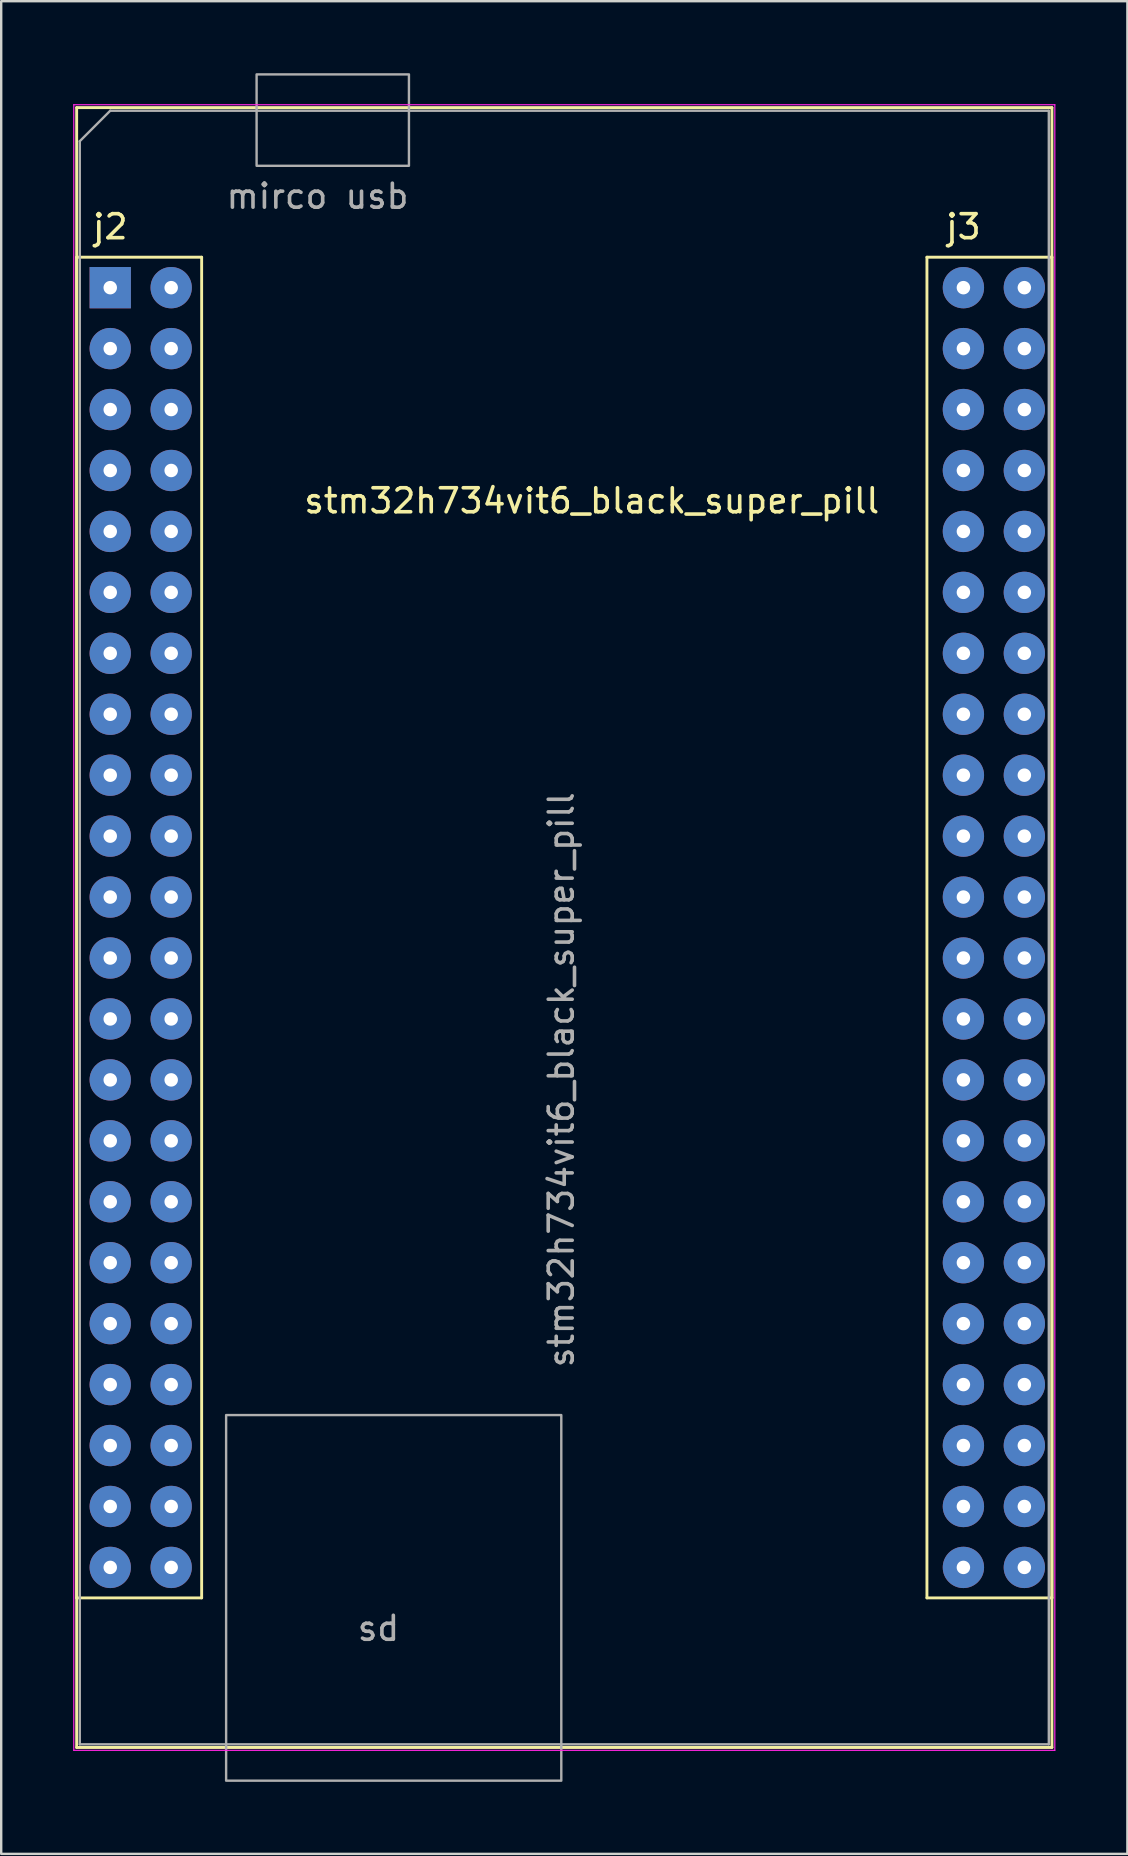
<source format=kicad_pcb>
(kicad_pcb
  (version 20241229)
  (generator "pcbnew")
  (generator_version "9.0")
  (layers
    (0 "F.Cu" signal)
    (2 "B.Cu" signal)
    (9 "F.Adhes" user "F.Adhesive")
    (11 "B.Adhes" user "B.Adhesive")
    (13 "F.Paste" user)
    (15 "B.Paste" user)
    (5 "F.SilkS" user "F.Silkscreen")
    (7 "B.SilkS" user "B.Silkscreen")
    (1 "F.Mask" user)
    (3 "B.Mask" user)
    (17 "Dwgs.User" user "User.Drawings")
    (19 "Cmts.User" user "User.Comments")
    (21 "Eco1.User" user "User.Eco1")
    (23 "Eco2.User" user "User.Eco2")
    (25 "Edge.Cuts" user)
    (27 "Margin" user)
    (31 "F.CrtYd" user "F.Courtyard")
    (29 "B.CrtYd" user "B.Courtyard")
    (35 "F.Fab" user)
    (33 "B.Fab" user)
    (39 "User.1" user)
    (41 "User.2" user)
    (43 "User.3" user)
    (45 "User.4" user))
  (footprint "stm32h734vit6_black_super_pill"
    (layer "F.Cu")
    (at 1.545 8.94)
    (property "Reference" "stm32h734vit6_black_super_pill" (at 20.07 8.885 0) (layer "F.SilkS") (effects (font (size 1 1) (thickness 0.15))))
    (attr through_hole)
    (fp_line (start -1.4 -7.505) (end -1.4 60.845) (stroke (width 0.12) (type solid)) (layer "F.SilkS"))
    (fp_line (start -1.4 -1.27) (end -1.4 54.61) (stroke (width 0.12) (type solid)) (layer "F.SilkS"))
    (fp_line (start -1.4 -1.27) (end 3.81 -1.27) (stroke (width 0.12) (type solid)) (layer "F.SilkS"))
    (fp_line (start 3.81 54.61) (end -1.4 54.61) (stroke (width 0.12) (type solid)) (layer "F.SilkS"))
    (fp_line (start 3.81 54.61) (end 3.81 -1.27) (stroke (width 0.12) (type solid)) (layer "F.SilkS"))
    (fp_line (start 34.04 -1.27) (end 34.04 54.61) (stroke (width 0.12) (type solid)) (layer "F.SilkS"))
    (fp_line (start 34.04 -1.27) (end 39.25 -1.27) (stroke (width 0.12) (type solid)) (layer "F.SilkS"))
    (fp_line (start 39.25 -7.505) (end -1.4 -7.505) (stroke (width 0.12) (type solid)) (layer "F.SilkS"))
    (fp_line (start 39.25 54.61) (end 34.04 54.61) (stroke (width 0.12) (type solid)) (layer "F.SilkS"))
    (fp_line (start 39.25 54.61) (end 39.25 -1.27) (stroke (width 0.12) (type solid)) (layer "F.SilkS"))
    (fp_line (start 39.25 60.845) (end -1.4 60.845) (stroke (width 0.12) (type solid)) (layer "F.SilkS"))
    (fp_line (start 39.25 60.845) (end 39.25 -7.505) (stroke (width 0.12) (type solid)) (layer "F.SilkS"))
    (fp_line (start -1.52 -7.625) (end -1.52 60.965) (stroke (width 0.05) (type solid)) (layer "F.CrtYd"))
    (fp_line (start -1.52 -7.625) (end 39.37 -7.625) (stroke (width 0.05) (type solid)) (layer "F.CrtYd"))
    (fp_line (start 39.37 60.965) (end -1.52 60.965) (stroke (width 0.05) (type solid)) (layer "F.CrtYd"))
    (fp_line (start 39.37 60.965) (end 39.37 -7.625) (stroke (width 0.05) (type solid)) (layer "F.CrtYd"))
    (fp_line (start -1.27 -6.105) (end 0 -7.375) (stroke (width 0.1) (type solid)) (layer "F.Fab"))
    (fp_line (start -1.27 60.715) (end -1.27 -6.105) (stroke (width 0.1) (type solid)) (layer "F.Fab"))
    (fp_line (start -1.27 60.715) (end 39.12 60.715) (stroke (width 0.1) (type solid)) (layer "F.Fab"))
    (fp_line (start 0 -7.375) (end 39.12 -7.375) (stroke (width 0.1) (type solid)) (layer "F.Fab"))
    (fp_line (start 39.12 -7.375) (end 39.12 60.715) (stroke (width 0.1) (type solid)) (layer "F.Fab"))
    (fp_rect (start 4.83 46.99) (end 18.8 62.23) (stroke (width 0.1) (type solid)) (fill no) (layer "F.Fab"))
    (fp_rect (start 6.1 -5.08) (end 12.45 -8.89) (stroke (width 0.1) (type solid)) (fill no) (layer "F.Fab"))
    (fp_text user "j2" (at 0 -2.54 0) (unlocked yes) (layer "F.SilkS") (effects (font (size 1 1) (thickness 0.15))))
    (fp_text user "j3" (at 35.56 -2.54 0) (unlocked yes) (layer "F.SilkS") (effects (font (size 1 1) (thickness 0.15))))
    (fp_text user "sd" (at 11.18 55.88 0) (unlocked yes) (layer "F.Fab") (effects (font (size 1 1) (thickness 0.15))))
    (fp_text user "${REFERENCE}" (at 18.8 33.015 90) (layer "F.Fab") (effects (font (size 1 1) (thickness 0.15))))
    (fp_text user "mirco usb" (at 8.64 -3.81 0) (unlocked yes) (layer "F.Fab") (effects (font (size 1 1) (thickness 0.15))))
    (pad "1" thru_hole rect (at 0 0) (size 1.722 1.722) (drill 0.562) (layers "*.Cu" "*.Mask"))
    (pad "2" thru_hole circle (at 2.54 0) (size 1.722 1.722) (drill 0.562) (layers "*.Cu" "*.Mask"))
    (pad "3" thru_hole circle (at 0 2.54) (size 1.722 1.722) (drill 0.562) (layers "*.Cu" "*.Mask"))
    (pad "4" thru_hole circle (at 2.54 2.54) (size 1.722 1.722) (drill 0.562) (layers "*.Cu" "*.Mask"))
    (pad "5" thru_hole circle (at 0 5.08) (size 1.722 1.722) (drill 0.562) (layers "*.Cu" "*.Mask"))
    (pad "6" thru_hole circle (at 2.54 5.08) (size 1.722 1.722) (drill 0.562) (layers "*.Cu" "*.Mask"))
    (pad "7" thru_hole circle (at 0 7.62) (size 1.722 1.722) (drill 0.562) (layers "*.Cu" "*.Mask"))
    (pad "8" thru_hole circle (at 2.54 7.62) (size 1.722 1.722) (drill 0.562) (layers "*.Cu" "*.Mask"))
    (pad "9" thru_hole circle (at 0 10.16) (size 1.722 1.722) (drill 0.562) (layers "*.Cu" "*.Mask"))
    (pad "10" thru_hole circle (at 2.54 10.16) (size 1.722 1.722) (drill 0.562) (layers "*.Cu" "*.Mask"))
    (pad "11" thru_hole circle (at 0 12.7) (size 1.722 1.722) (drill 0.562) (layers "*.Cu" "*.Mask"))
    (pad "12" thru_hole circle (at 2.54 12.7) (size 1.722 1.722) (drill 0.562) (layers "*.Cu" "*.Mask"))
    (pad "13" thru_hole circle (at 0 15.24) (size 1.722 1.722) (drill 0.562) (layers "*.Cu" "*.Mask"))
    (pad "14" thru_hole circle (at 2.54 15.24) (size 1.722 1.722) (drill 0.562) (layers "*.Cu" "*.Mask"))
    (pad "15" thru_hole circle (at 0 17.78) (size 1.722 1.722) (drill 0.562) (layers "*.Cu" "*.Mask"))
    (pad "16" thru_hole circle (at 2.54 17.78) (size 1.722 1.722) (drill 0.562) (layers "*.Cu" "*.Mask"))
    (pad "17" thru_hole circle (at 0 20.32) (size 1.722 1.722) (drill 0.562) (layers "*.Cu" "*.Mask"))
    (pad "18" thru_hole circle (at 2.54 20.32) (size 1.722 1.722) (drill 0.562) (layers "*.Cu" "*.Mask"))
    (pad "19" thru_hole circle (at 0 22.86) (size 1.722 1.722) (drill 0.562) (layers "*.Cu" "*.Mask"))
    (pad "20" thru_hole circle (at 2.54 22.86) (size 1.722 1.722) (drill 0.562) (layers "*.Cu" "*.Mask"))
    (pad "21" thru_hole circle (at 0 25.4) (size 1.722 1.722) (drill 0.562) (layers "*.Cu" "*.Mask"))
    (pad "22" thru_hole circle (at 2.54 25.4) (size 1.722 1.722) (drill 0.562) (layers "*.Cu" "*.Mask"))
    (pad "23" thru_hole circle (at 0 27.94) (size 1.722 1.722) (drill 0.562) (layers "*.Cu" "*.Mask"))
    (pad "24" thru_hole circle (at 2.54 27.94) (size 1.722 1.722) (drill 0.562) (layers "*.Cu" "*.Mask"))
    (pad "25" thru_hole circle (at 0 30.48) (size 1.722 1.722) (drill 0.562) (layers "*.Cu" "*.Mask"))
    (pad "26" thru_hole circle (at 2.54 30.48) (size 1.722 1.722) (drill 0.562) (layers "*.Cu" "*.Mask"))
    (pad "27" thru_hole circle (at 0 33.02) (size 1.722 1.722) (drill 0.562) (layers "*.Cu" "*.Mask"))
    (pad "28" thru_hole circle (at 2.54 33.02) (size 1.722 1.722) (drill 0.562) (layers "*.Cu" "*.Mask"))
    (pad "29" thru_hole circle (at 0 35.56) (size 1.722 1.722) (drill 0.562) (layers "*.Cu" "*.Mask"))
    (pad "30" thru_hole circle (at 2.54 35.56) (size 1.722 1.722) (drill 0.562) (layers "*.Cu" "*.Mask"))
    (pad "31" thru_hole circle (at 0 38.1) (size 1.722 1.722) (drill 0.562) (layers "*.Cu" "*.Mask"))
    (pad "32" thru_hole circle (at 2.54 38.1) (size 1.722 1.722) (drill 0.562) (layers "*.Cu" "*.Mask"))
    (pad "33" thru_hole circle (at 0 40.64) (size 1.722 1.722) (drill 0.562) (layers "*.Cu" "*.Mask"))
    (pad "34" thru_hole circle (at 2.54 40.64) (size 1.722 1.722) (drill 0.562) (layers "*.Cu" "*.Mask"))
    (pad "35" thru_hole circle (at 0 43.18) (size 1.722 1.722) (drill 0.562) (layers "*.Cu" "*.Mask"))
    (pad "36" thru_hole circle (at 2.54 43.18) (size 1.722 1.722) (drill 0.562) (layers "*.Cu" "*.Mask"))
    (pad "37" thru_hole circle (at 0 45.72) (size 1.722 1.722) (drill 0.562) (layers "*.Cu" "*.Mask"))
    (pad "38" thru_hole circle (at 2.54 45.72) (size 1.722 1.722) (drill 0.562) (layers "*.Cu" "*.Mask"))
    (pad "39" thru_hole circle (at 0 48.26) (size 1.722 1.722) (drill 0.562) (layers "*.Cu" "*.Mask"))
    (pad "40" thru_hole circle (at 2.54 48.26) (size 1.722 1.722) (drill 0.562) (layers "*.Cu" "*.Mask"))
    (pad "41" thru_hole circle (at 0 50.8) (size 1.722 1.722) (drill 0.562) (layers "*.Cu" "*.Mask"))
    (pad "42" thru_hole circle (at 2.54 50.8) (size 1.722 1.722) (drill 0.562) (layers "*.Cu" "*.Mask"))
    (pad "43" thru_hole circle (at 0 53.34) (size 1.722 1.722) (drill 0.562) (layers "*.Cu" "*.Mask"))
    (pad "44" thru_hole circle (at 2.54 53.34) (size 1.722 1.722) (drill 0.562) (layers "*.Cu" "*.Mask"))
    (pad "45" thru_hole circle (at 35.56 0) (size 1.722 1.722) (drill 0.562) (layers "*.Cu" "*.Mask"))
    (pad "46" thru_hole circle (at 38.1 0) (size 1.722 1.722) (drill 0.562) (layers "*.Cu" "*.Mask"))
    (pad "47" thru_hole circle (at 35.56 2.54) (size 1.722 1.722) (drill 0.562) (layers "*.Cu" "*.Mask"))
    (pad "48" thru_hole circle (at 38.1 2.54) (size 1.722 1.722) (drill 0.562) (layers "*.Cu" "*.Mask"))
    (pad "49" thru_hole circle (at 35.56 5.08) (size 1.722 1.722) (drill 0.562) (layers "*.Cu" "*.Mask"))
    (pad "50" thru_hole circle (at 38.1 5.08) (size 1.722 1.722) (drill 0.562) (layers "*.Cu" "*.Mask"))
    (pad "51" thru_hole circle (at 35.56 7.62) (size 1.722 1.722) (drill 0.562) (layers "*.Cu" "*.Mask"))
    (pad "52" thru_hole circle (at 38.1 7.62) (size 1.722 1.722) (drill 0.562) (layers "*.Cu" "*.Mask"))
    (pad "53" thru_hole circle (at 35.56 10.16) (size 1.722 1.722) (drill 0.562) (layers "*.Cu" "*.Mask"))
    (pad "54" thru_hole circle (at 38.1 10.16) (size 1.722 1.722) (drill 0.562) (layers "*.Cu" "*.Mask"))
    (pad "55" thru_hole circle (at 35.56 12.7) (size 1.722 1.722) (drill 0.562) (layers "*.Cu" "*.Mask"))
    (pad "56" thru_hole circle (at 38.1 12.7) (size 1.722 1.722) (drill 0.562) (layers "*.Cu" "*.Mask"))
    (pad "57" thru_hole circle (at 35.56 15.24) (size 1.722 1.722) (drill 0.562) (layers "*.Cu" "*.Mask"))
    (pad "58" thru_hole circle (at 38.1 15.24) (size 1.722 1.722) (drill 0.562) (layers "*.Cu" "*.Mask"))
    (pad "59" thru_hole circle (at 35.56 17.78) (size 1.722 1.722) (drill 0.562) (layers "*.Cu" "*.Mask"))
    (pad "60" thru_hole circle (at 38.1 17.78) (size 1.722 1.722) (drill 0.562) (layers "*.Cu" "*.Mask"))
    (pad "61" thru_hole circle (at 35.56 20.32) (size 1.722 1.722) (drill 0.562) (layers "*.Cu" "*.Mask"))
    (pad "62" thru_hole circle (at 38.1 20.32) (size 1.722 1.722) (drill 0.562) (layers "*.Cu" "*.Mask"))
    (pad "63" thru_hole circle (at 35.56 22.86) (size 1.722 1.722) (drill 0.562) (layers "*.Cu" "*.Mask"))
    (pad "64" thru_hole circle (at 38.1 22.86) (size 1.722 1.722) (drill 0.562) (layers "*.Cu" "*.Mask"))
    (pad "65" thru_hole circle (at 35.56 25.4) (size 1.722 1.722) (drill 0.562) (layers "*.Cu" "*.Mask"))
    (pad "66" thru_hole circle (at 38.1 25.4) (size 1.722 1.722) (drill 0.562) (layers "*.Cu" "*.Mask"))
    (pad "67" thru_hole circle (at 35.56 27.94) (size 1.722 1.722) (drill 0.562) (layers "*.Cu" "*.Mask"))
    (pad "68" thru_hole circle (at 38.1 27.94) (size 1.722 1.722) (drill 0.562) (layers "*.Cu" "*.Mask"))
    (pad "69" thru_hole circle (at 35.56 30.48) (size 1.722 1.722) (drill 0.562) (layers "*.Cu" "*.Mask"))
    (pad "70" thru_hole circle (at 38.1 30.48) (size 1.722 1.722) (drill 0.562) (layers "*.Cu" "*.Mask"))
    (pad "71" thru_hole circle (at 35.56 33.02) (size 1.722 1.722) (drill 0.562) (layers "*.Cu" "*.Mask"))
    (pad "72" thru_hole circle (at 38.1 33.02) (size 1.722 1.722) (drill 0.562) (layers "*.Cu" "*.Mask"))
    (pad "73" thru_hole circle (at 35.56 35.56) (size 1.722 1.722) (drill 0.562) (layers "*.Cu" "*.Mask"))
    (pad "74" thru_hole circle (at 38.1 35.56) (size 1.722 1.722) (drill 0.562) (layers "*.Cu" "*.Mask"))
    (pad "75" thru_hole circle (at 35.56 38.1) (size 1.722 1.722) (drill 0.562) (layers "*.Cu" "*.Mask"))
    (pad "76" thru_hole circle (at 38.1 38.1) (size 1.722 1.722) (drill 0.562) (layers "*.Cu" "*.Mask"))
    (pad "77" thru_hole circle (at 35.56 40.64) (size 1.722 1.722) (drill 0.562) (layers "*.Cu" "*.Mask"))
    (pad "78" thru_hole circle (at 38.1 40.64) (size 1.722 1.722) (drill 0.562) (layers "*.Cu" "*.Mask"))
    (pad "79" thru_hole circle (at 35.56 43.18) (size 1.722 1.722) (drill 0.562) (layers "*.Cu" "*.Mask"))
    (pad "80" thru_hole circle (at 38.1 43.18) (size 1.722 1.722) (drill 0.562) (layers "*.Cu" "*.Mask"))
    (pad "81" thru_hole circle (at 35.56 45.72) (size 1.722 1.722) (drill 0.562) (layers "*.Cu" "*.Mask"))
    (pad "82" thru_hole circle (at 38.1 45.72) (size 1.722 1.722) (drill 0.562) (layers "*.Cu" "*.Mask"))
    (pad "83" thru_hole circle (at 35.56 48.26) (size 1.722 1.722) (drill 0.562) (layers "*.Cu" "*.Mask"))
    (pad "84" thru_hole circle (at 38.1 48.26) (size 1.722 1.722) (drill 0.562) (layers "*.Cu" "*.Mask"))
    (pad "85" thru_hole circle (at 35.56 50.8) (size 1.722 1.722) (drill 0.562) (layers "*.Cu" "*.Mask"))
    (pad "86" thru_hole circle (at 38.1 50.8) (size 1.722 1.722) (drill 0.562) (layers "*.Cu" "*.Mask"))
    (pad "87" thru_hole circle (at 35.56 53.34) (size 1.722 1.722) (drill 0.562) (layers "*.Cu" "*.Mask"))
    (pad "88" thru_hole circle (at 38.1 53.34) (size 1.722 1.722) (drill 0.562) (layers "*.Cu" "*.Mask")))
  (gr_rect
    (start -3 -3)
    (end 43.94 74.22)
    (stroke (width 0.1) (type default))
    (fill no)
    (layer "Edge.Cuts")))
</source>
